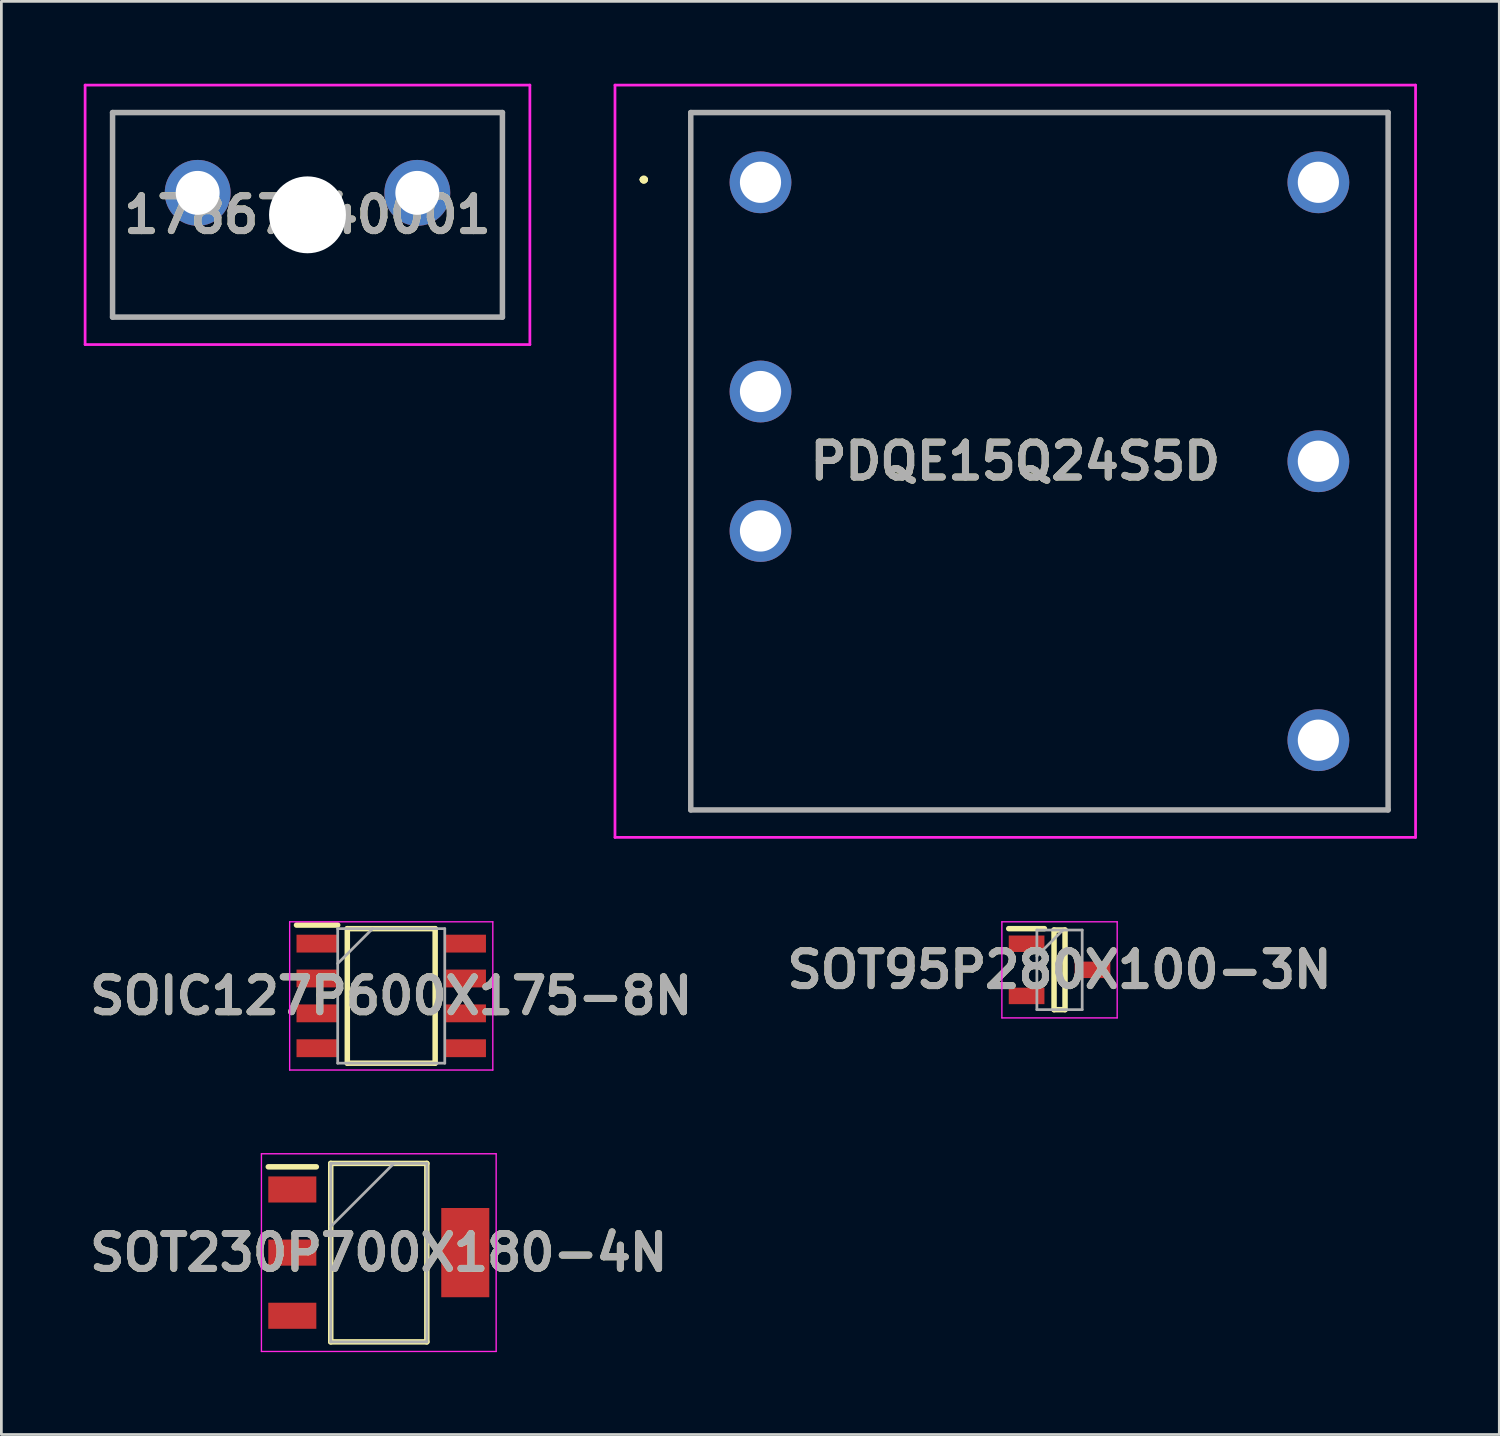
<source format=kicad_pcb>
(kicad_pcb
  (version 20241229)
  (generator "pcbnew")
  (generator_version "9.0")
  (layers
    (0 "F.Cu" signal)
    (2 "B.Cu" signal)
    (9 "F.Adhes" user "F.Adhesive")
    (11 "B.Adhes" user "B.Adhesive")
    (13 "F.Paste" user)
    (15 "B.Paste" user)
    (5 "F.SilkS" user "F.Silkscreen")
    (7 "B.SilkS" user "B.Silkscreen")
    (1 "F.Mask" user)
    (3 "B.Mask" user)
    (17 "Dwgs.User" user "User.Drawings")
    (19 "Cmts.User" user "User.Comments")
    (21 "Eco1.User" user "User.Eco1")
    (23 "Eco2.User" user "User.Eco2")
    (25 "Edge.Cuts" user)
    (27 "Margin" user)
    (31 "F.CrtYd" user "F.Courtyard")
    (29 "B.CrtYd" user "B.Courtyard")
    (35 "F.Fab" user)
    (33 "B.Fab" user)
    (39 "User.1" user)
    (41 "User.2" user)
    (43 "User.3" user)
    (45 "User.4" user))
  (footprint "SOT95P280X100-3N"
    (layer "F.Cu")
    (at 35.542 32.275)
    (property "Reference" "SOT95P280X100-3N" (at 0 0 0) (layer "F.SilkS") (effects (font (size 1.27 1.27) (thickness 0.254))))
    (attr smd)
    (fp_line (start -1.85 -1.5) (end -0.55 -1.5) (stroke (width 0.2) (type solid)) (layer "F.SilkS"))
    (fp_line (start -0.2 -1.45) (end 0.2 -1.45) (stroke (width 0.2) (type solid)) (layer "F.SilkS"))
    (fp_line (start -0.2 1.45) (end -0.2 -1.45) (stroke (width 0.2) (type solid)) (layer "F.SilkS"))
    (fp_line (start 0.2 -1.45) (end 0.2 1.45) (stroke (width 0.2) (type solid)) (layer "F.SilkS"))
    (fp_line (start 0.2 1.45) (end -0.2 1.45) (stroke (width 0.2) (type solid)) (layer "F.SilkS"))
    (fp_line (start -2.1 -1.75) (end 2.1 -1.75) (stroke (width 0.05) (type solid)) (layer "F.CrtYd"))
    (fp_line (start -2.1 1.75) (end -2.1 -1.75) (stroke (width 0.05) (type solid)) (layer "F.CrtYd"))
    (fp_line (start 2.1 -1.75) (end 2.1 1.75) (stroke (width 0.05) (type solid)) (layer "F.CrtYd"))
    (fp_line (start 2.1 1.75) (end -2.1 1.75) (stroke (width 0.05) (type solid)) (layer "F.CrtYd"))
    (fp_line (start -0.825 -1.45) (end 0.825 -1.45) (stroke (width 0.1) (type solid)) (layer "F.Fab"))
    (fp_line (start -0.825 -0.5) (end 0.125 -1.45) (stroke (width 0.1) (type solid)) (layer "F.Fab"))
    (fp_line (start -0.825 1.45) (end -0.825 -1.45) (stroke (width 0.1) (type solid)) (layer "F.Fab"))
    (fp_line (start 0.825 -1.45) (end 0.825 1.45) (stroke (width 0.1) (type solid)) (layer "F.Fab"))
    (fp_line (start 0.825 1.45) (end -0.825 1.45) (stroke (width 0.1) (type solid)) (layer "F.Fab"))
    (fp_text user "${REFERENCE}" (at 0 0 0) (layer "F.Fab") (effects (font (size 1.27 1.27) (thickness 0.254))))
    (pad "1" smd rect (at -1.2 -0.95 90) (size 0.6 1.3) (layers "F.Cu" "F.Mask" "F.Paste"))
    (pad "2" smd rect (at -1.2 0.95 90) (size 0.6 1.3) (layers "F.Cu" "F.Mask" "F.Paste"))
    (pad "3" smd rect (at 1.2 0 90) (size 0.6 1.3) (layers "F.Cu" "F.Mask" "F.Paste")))
  (footprint "SOIC127P600X175-8N"
    (layer "F.Cu")
    (at 11.2 33.225)
    (property "Reference" "SOIC127P600X175-8N" (at 0 0 0) (layer "F.SilkS") (effects (font (size 1.27 1.27) (thickness 0.254))))
    (attr smd)
    (fp_line (start -3.45 -2.58) (end -1.95 -2.58) (stroke (width 0.2) (type solid)) (layer "F.SilkS"))
    (fp_line (start -1.6 -2.45) (end 1.6 -2.45) (stroke (width 0.2) (type solid)) (layer "F.SilkS"))
    (fp_line (start -1.6 2.45) (end -1.6 -2.45) (stroke (width 0.2) (type solid)) (layer "F.SilkS"))
    (fp_line (start 1.6 -2.45) (end 1.6 2.45) (stroke (width 0.2) (type solid)) (layer "F.SilkS"))
    (fp_line (start 1.6 2.45) (end -1.6 2.45) (stroke (width 0.2) (type solid)) (layer "F.SilkS"))
    (fp_line (start -3.7 -2.7) (end 3.7 -2.7) (stroke (width 0.05) (type solid)) (layer "F.CrtYd"))
    (fp_line (start -3.7 2.7) (end -3.7 -2.7) (stroke (width 0.05) (type solid)) (layer "F.CrtYd"))
    (fp_line (start 3.7 -2.7) (end 3.7 2.7) (stroke (width 0.05) (type solid)) (layer "F.CrtYd"))
    (fp_line (start 3.7 2.7) (end -3.7 2.7) (stroke (width 0.05) (type solid)) (layer "F.CrtYd"))
    (fp_line (start -1.95 -2.45) (end 1.95 -2.45) (stroke (width 0.1) (type solid)) (layer "F.Fab"))
    (fp_line (start -1.95 -1.18) (end -0.68 -2.45) (stroke (width 0.1) (type solid)) (layer "F.Fab"))
    (fp_line (start -1.95 2.45) (end -1.95 -2.45) (stroke (width 0.1) (type solid)) (layer "F.Fab"))
    (fp_line (start 1.95 -2.45) (end 1.95 2.45) (stroke (width 0.1) (type solid)) (layer "F.Fab"))
    (fp_line (start 1.95 2.45) (end -1.95 2.45) (stroke (width 0.1) (type solid)) (layer "F.Fab"))
    (fp_text user "${REFERENCE}" (at 0 0 0) (layer "F.Fab") (effects (font (size 1.27 1.27) (thickness 0.254))))
    (pad "1" smd rect (at -2.7 -1.905 90) (size 0.65 1.5) (layers "F.Cu" "F.Mask" "F.Paste"))
    (pad "2" smd rect (at -2.7 -0.635 90) (size 0.65 1.5) (layers "F.Cu" "F.Mask" "F.Paste"))
    (pad "3" smd rect (at -2.7 0.635 90) (size 0.65 1.5) (layers "F.Cu" "F.Mask" "F.Paste"))
    (pad "4" smd rect (at -2.7 1.905 90) (size 0.65 1.5) (layers "F.Cu" "F.Mask" "F.Paste"))
    (pad "5" smd rect (at 2.7 1.905 90) (size 0.65 1.5) (layers "F.Cu" "F.Mask" "F.Paste"))
    (pad "6" smd rect (at 2.7 0.635 90) (size 0.65 1.5) (layers "F.Cu" "F.Mask" "F.Paste"))
    (pad "7" smd rect (at 2.7 -0.635 90) (size 0.65 1.5) (layers "F.Cu" "F.Mask" "F.Paste"))
    (pad "8" smd rect (at 2.7 -1.905 90) (size 0.65 1.5) (layers "F.Cu" "F.Mask" "F.Paste")))
  (footprint "SOT230P700X180-4N"
    (layer "F.Cu")
    (at 10.747 42.575)
    (property "Reference" "SOT230P700X180-4N" (at 0 0 0) (layer "F.SilkS") (effects (font (size 1.27 1.27) (thickness 0.254))))
    (attr smd)
    (fp_line (start -4.025 -3.125) (end -2.275 -3.125) (stroke (width 0.2) (type solid)) (layer "F.SilkS"))
    (fp_line (start -1.75 -3.25) (end 1.75 -3.25) (stroke (width 0.2) (type solid)) (layer "F.SilkS"))
    (fp_line (start -1.75 3.25) (end -1.75 -3.25) (stroke (width 0.2) (type solid)) (layer "F.SilkS"))
    (fp_line (start 1.75 -3.25) (end 1.75 3.25) (stroke (width 0.2) (type solid)) (layer "F.SilkS"))
    (fp_line (start 1.75 3.25) (end -1.75 3.25) (stroke (width 0.2) (type solid)) (layer "F.SilkS"))
    (fp_line (start -4.275 -3.6) (end 4.275 -3.6) (stroke (width 0.05) (type solid)) (layer "F.CrtYd"))
    (fp_line (start -4.275 3.6) (end -4.275 -3.6) (stroke (width 0.05) (type solid)) (layer "F.CrtYd"))
    (fp_line (start 4.275 -3.6) (end 4.275 3.6) (stroke (width 0.05) (type solid)) (layer "F.CrtYd"))
    (fp_line (start 4.275 3.6) (end -4.275 3.6) (stroke (width 0.05) (type solid)) (layer "F.CrtYd"))
    (fp_line (start -1.75 -3.25) (end 1.75 -3.25) (stroke (width 0.1) (type solid)) (layer "F.Fab"))
    (fp_line (start -1.75 -0.95) (end 0.55 -3.25) (stroke (width 0.1) (type solid)) (layer "F.Fab"))
    (fp_line (start -1.75 3.25) (end -1.75 -3.25) (stroke (width 0.1) (type solid)) (layer "F.Fab"))
    (fp_line (start 1.75 -3.25) (end 1.75 3.25) (stroke (width 0.1) (type solid)) (layer "F.Fab"))
    (fp_line (start 1.75 3.25) (end -1.75 3.25) (stroke (width 0.1) (type solid)) (layer "F.Fab"))
    (fp_text user "${REFERENCE}" (at 0 0 0) (layer "F.Fab") (effects (font (size 1.27 1.27) (thickness 0.254))))
    (pad "1" smd rect (at -3.15 -2.3 90) (size 0.95 1.75) (layers "F.Cu" "F.Mask" "F.Paste"))
    (pad "2" smd rect (at -3.15 0 90) (size 0.95 1.75) (layers "F.Cu" "F.Mask" "F.Paste"))
    (pad "3" smd rect (at -3.15 2.3 90) (size 0.95 1.75) (layers "F.Cu" "F.Mask" "F.Paste"))
    (pad "4" smd rect (at 3.15 0) (size 1.75 3.25) (layers "F.Cu" "F.Mask" "F.Paste")))
  (footprint "17867640001"
    (layer "F.Cu")
    (at 8.15 4.775)
    (property "Reference" "17867640001" (at 0 0 0) (layer "F.SilkS") (effects (font (size 1.27 1.27) (thickness 0.254))))
    (attr through_hole)
    (fp_line (start -7.1 -3.725) (end 7.1 -3.725) (stroke (width 0.1) (type solid)) (layer "F.SilkS"))
    (fp_line (start -7.1 3.725) (end -7.1 -3.725) (stroke (width 0.1) (type solid)) (layer "F.SilkS"))
    (fp_line (start 7.1 -3.725) (end 7.1 3.725) (stroke (width 0.1) (type solid)) (layer "F.SilkS"))
    (fp_line (start 7.1 3.725) (end -7.1 3.725) (stroke (width 0.1) (type solid)) (layer "F.SilkS"))
    (fp_line (start -8.1 -4.725) (end 8.1 -4.725) (stroke (width 0.1) (type solid)) (layer "F.CrtYd"))
    (fp_line (start -8.1 4.725) (end -8.1 -4.725) (stroke (width 0.1) (type solid)) (layer "F.CrtYd"))
    (fp_line (start 8.1 -4.725) (end 8.1 4.725) (stroke (width 0.1) (type solid)) (layer "F.CrtYd"))
    (fp_line (start 8.1 4.725) (end -8.1 4.725) (stroke (width 0.1) (type solid)) (layer "F.CrtYd"))
    (fp_line (start -7.1 -3.725) (end 7.1 -3.725) (stroke (width 0.2) (type solid)) (layer "F.Fab"))
    (fp_line (start -7.1 3.725) (end -7.1 -3.725) (stroke (width 0.2) (type solid)) (layer "F.Fab"))
    (fp_line (start 7.1 -3.725) (end 7.1 3.725) (stroke (width 0.2) (type solid)) (layer "F.Fab"))
    (fp_line (start 7.1 3.725) (end -7.1 3.725) (stroke (width 0.2) (type solid)) (layer "F.Fab"))
    (fp_text user "${REFERENCE}" (at 0 0 0) (layer "F.Fab") (effects (font (size 1.27 1.27) (thickness 0.254))))
    (pad "" np_thru_hole circle (at 0 0) (size 2.8 2.8) (drill 2.8) (layers "*.Cu" "*.Mask"))
    (pad "1" thru_hole circle (at -4 -0.8) (size 2.4 2.4) (drill 1.6) (layers "*.Cu" "*.Mask"))
    (pad "2" thru_hole circle (at 4 -0.8) (size 2.4 2.4) (drill 1.6) (layers "*.Cu" "*.Mask")))
  (footprint "PDQE15Q24S5D"
    (layer "F.Cu")
    (at 24.65 3.59)
    (property "Reference" "PDQE15Q24S5D" (at 9.28 10.16 0) (layer "F.SilkS") (effects (font (size 1.27 1.27) (thickness 0.254))))
    (attr through_hole)
    (fp_line (start -4.3 -0.1) (end -4.3 -0.1) (stroke (width 0.2) (type solid)) (layer "F.SilkS"))
    (fp_line (start -4.3 -0.1) (end -4.3 -0.1) (stroke (width 0.2) (type solid)) (layer "F.SilkS"))
    (fp_line (start -4.2 -0.1) (end -4.2 -0.1) (stroke (width 0.2) (type solid)) (layer "F.SilkS"))
    (fp_line (start -2.54 -2.54) (end -2.54 22.86) (stroke (width 0.1) (type solid)) (layer "F.SilkS"))
    (fp_line (start -2.54 22.86) (end 22.86 22.86) (stroke (width 0.1) (type solid)) (layer "F.SilkS"))
    (fp_line (start 22.86 -2.54) (end -2.54 -2.54) (stroke (width 0.1) (type solid)) (layer "F.SilkS"))
    (fp_line (start 22.86 22.86) (end 22.86 -2.54) (stroke (width 0.1) (type solid)) (layer "F.SilkS"))
    (fp_arc (start -4.3 -0.1) (mid -4.25 -0.15) (end -4.2 -0.1) (stroke (width 0.2) (type solid)) (layer "F.SilkS"))
    (fp_arc (start -4.2 -0.1) (mid -4.25 -0.05) (end -4.3 -0.1) (stroke (width 0.2) (type solid)) (layer "F.SilkS"))
    (fp_arc (start -4.2 -0.1) (mid -4.25 -0.05) (end -4.3 -0.1) (stroke (width 0.2) (type solid)) (layer "F.SilkS"))
    (fp_line (start -5.3 -3.54) (end -5.3 23.86) (stroke (width 0.1) (type solid)) (layer "F.CrtYd"))
    (fp_line (start -5.3 23.86) (end 23.86 23.86) (stroke (width 0.1) (type solid)) (layer "F.CrtYd"))
    (fp_line (start 23.86 -3.54) (end -5.3 -3.54) (stroke (width 0.1) (type solid)) (layer "F.CrtYd"))
    (fp_line (start 23.86 23.86) (end 23.86 -3.54) (stroke (width 0.1) (type solid)) (layer "F.CrtYd"))
    (fp_line (start -2.54 -2.54) (end -2.54 22.86) (stroke (width 0.2) (type solid)) (layer "F.Fab"))
    (fp_line (start -2.54 22.86) (end 22.86 22.86) (stroke (width 0.2) (type solid)) (layer "F.Fab"))
    (fp_line (start 22.86 -2.54) (end -2.54 -2.54) (stroke (width 0.2) (type solid)) (layer "F.Fab"))
    (fp_line (start 22.86 22.86) (end 22.86 -2.54) (stroke (width 0.2) (type solid)) (layer "F.Fab"))
    (fp_text user "${REFERENCE}" (at 9.28 10.16 0) (layer "F.Fab") (effects (font (size 1.27 1.27) (thickness 0.254))))
    (pad "1" thru_hole circle (at 0 0) (size 2.25 2.25) (drill 1.5) (layers "*.Cu" "*.Mask"))
    (pad "2" thru_hole circle (at 0 7.62) (size 2.25 2.25) (drill 1.5) (layers "*.Cu" "*.Mask"))
    (pad "3" thru_hole circle (at 0 12.7) (size 2.25 2.25) (drill 1.5) (layers "*.Cu" "*.Mask"))
    (pad "4" thru_hole circle (at 20.32 20.32) (size 2.25 2.25) (drill 1.5) (layers "*.Cu" "*.Mask"))
    (pad "5" thru_hole circle (at 20.32 10.16) (size 2.25 2.25) (drill 1.5) (layers "*.Cu" "*.Mask"))
    (pad "6" thru_hole circle (at 20.32 0) (size 2.25 2.25) (drill 1.5) (layers "*.Cu" "*.Mask")))
  (gr_rect
    (start -3 -3)
    (end 51.56 49.2)
    (stroke (width 0.1) (type default))
    (fill no)
    (layer "Edge.Cuts")))
</source>
